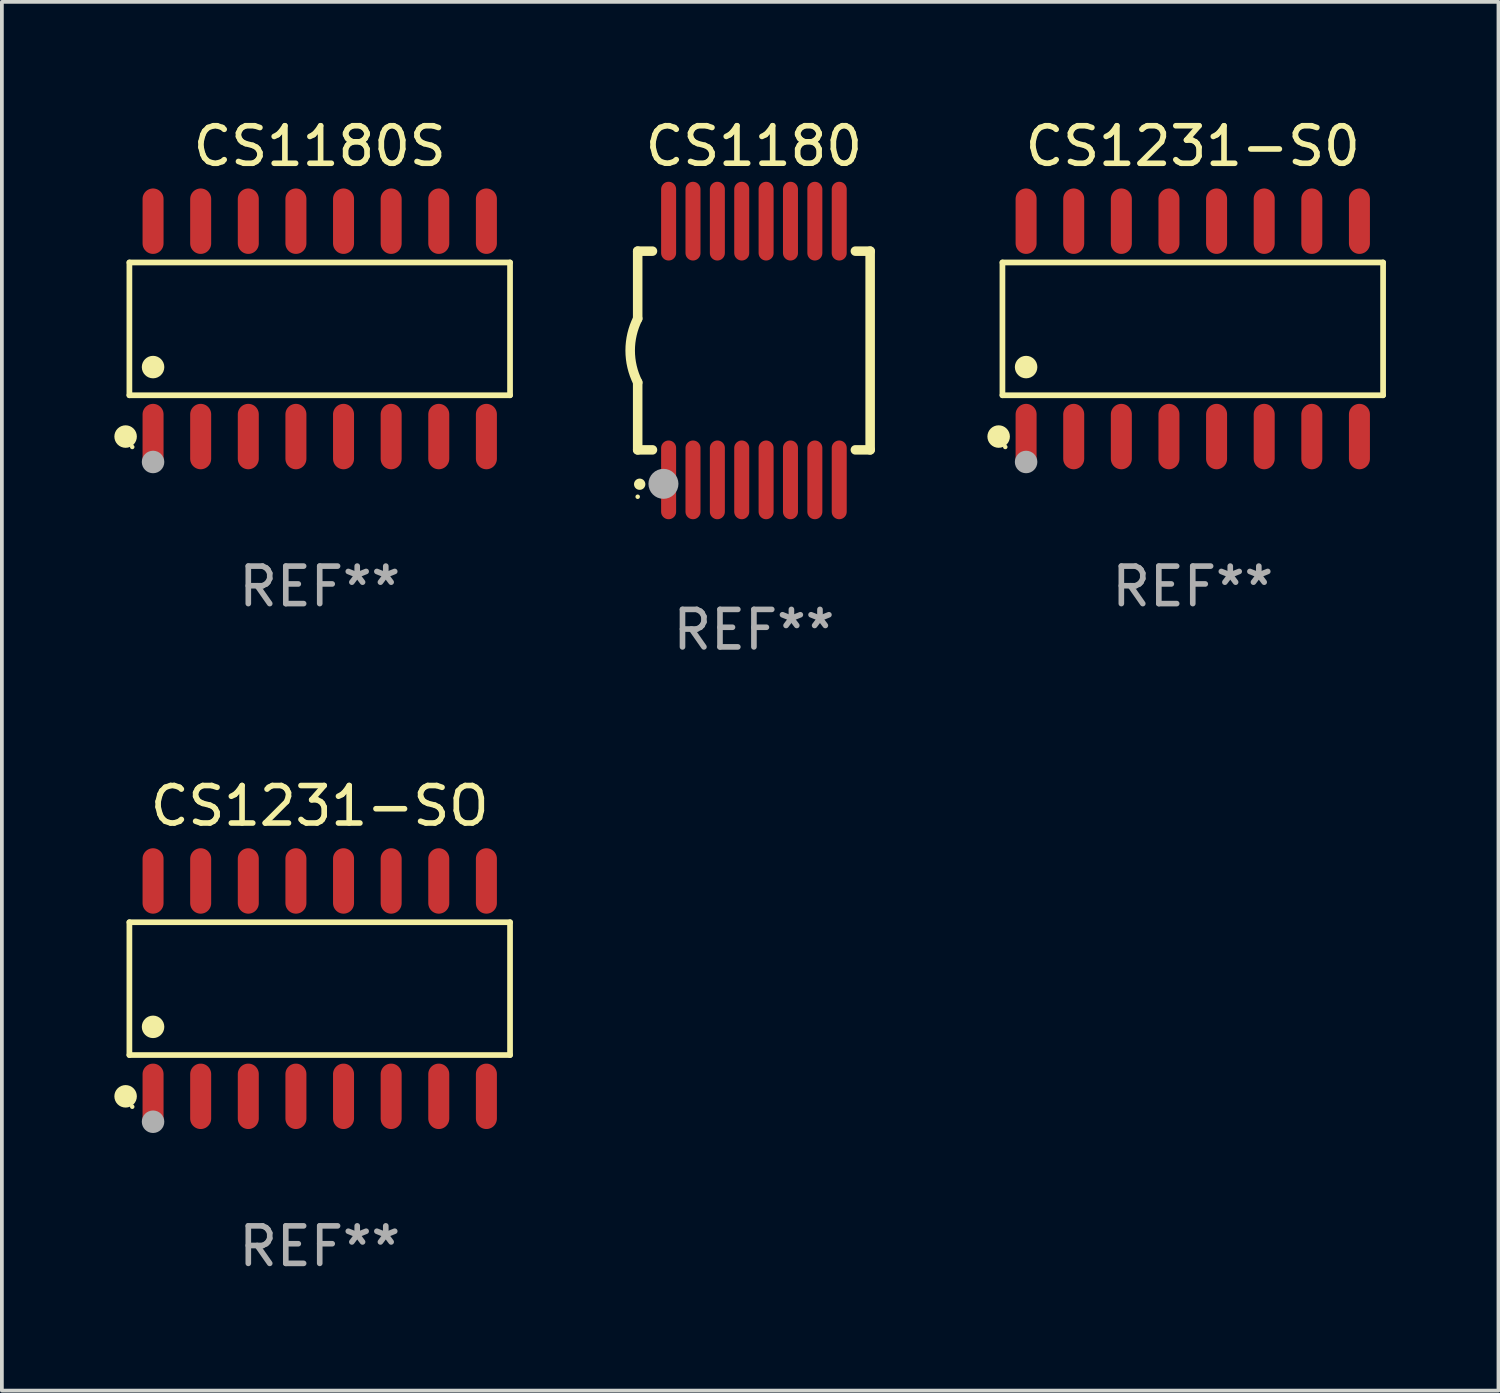
<source format=kicad_pcb>
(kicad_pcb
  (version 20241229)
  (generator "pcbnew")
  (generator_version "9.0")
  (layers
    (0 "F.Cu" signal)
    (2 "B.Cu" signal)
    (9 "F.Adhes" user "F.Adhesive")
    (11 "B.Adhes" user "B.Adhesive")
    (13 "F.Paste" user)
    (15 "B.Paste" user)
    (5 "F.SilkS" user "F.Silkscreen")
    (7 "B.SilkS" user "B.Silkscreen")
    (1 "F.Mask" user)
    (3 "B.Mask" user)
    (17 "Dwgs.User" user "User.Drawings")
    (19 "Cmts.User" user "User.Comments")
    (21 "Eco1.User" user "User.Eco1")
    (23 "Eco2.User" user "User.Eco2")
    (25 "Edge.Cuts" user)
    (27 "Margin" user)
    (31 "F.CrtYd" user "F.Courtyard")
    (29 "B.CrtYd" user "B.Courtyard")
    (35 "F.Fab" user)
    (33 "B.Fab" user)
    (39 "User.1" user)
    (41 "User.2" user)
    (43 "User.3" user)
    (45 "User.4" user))
  (footprint "CS1231-S0"
    (layer "F.Cu")
    (at 28.761 5.721)
    (property "Reference" "CS1231-S0" (at 0 -4.872 0) (layer "F.SilkS") (effects (font (size 1 1) (thickness 0.15))))
    (attr through_hole)
    (fp_line (start -5.076 -1.771) (end 5.076 -1.771) (stroke (width 0.152) (type solid)) (layer "F.SilkS"))
    (fp_line (start -5.076 1.771) (end -5.076 -1.771) (stroke (width 0.152) (type solid)) (layer "F.SilkS"))
    (fp_line (start 5.076 -1.771) (end 5.076 1.771) (stroke (width 0.152) (type solid)) (layer "F.SilkS"))
    (fp_line (start 5.076 1.771) (end -5.076 1.771) (stroke (width 0.152) (type solid)) (layer "F.SilkS"))
    (fp_circle (center -5.177 2.872) (end -5.027 2.872) (stroke (width 0.3) (type solid)) (fill no) (layer "F.SilkS"))
    (fp_circle (center -5 3.15) (end -4.97 3.15) (stroke (width 0.06) (type solid)) (fill no) (layer "F.SilkS"))
    (fp_circle (center -4.445 1.019) (end -4.295 1.019) (stroke (width 0.3) (type solid)) (fill no) (layer "F.SilkS"))
    (fp_circle (center -4.445 3.55) (end -4.295 3.55) (stroke (width 0.3) (type solid)) (fill no) (layer "F.Fab"))
    (fp_text user "REF**" (at 0 6.872 0) (layer "F.Fab") (effects (font (size 1 1) (thickness 0.15))))
    (pad "1" smd oval (at -4.445 2.872) (size 0.56 1.745) (layers "F.Cu" "F.Mask" "F.Paste"))
    (pad "2" smd oval (at -3.175 2.872) (size 0.56 1.745) (layers "F.Cu" "F.Mask" "F.Paste"))
    (pad "3" smd oval (at -1.905 2.872) (size 0.56 1.745) (layers "F.Cu" "F.Mask" "F.Paste"))
    (pad "4" smd oval (at -0.635 2.872) (size 0.56 1.745) (layers "F.Cu" "F.Mask" "F.Paste"))
    (pad "5" smd oval (at 0.635 2.872) (size 0.56 1.745) (layers "F.Cu" "F.Mask" "F.Paste"))
    (pad "6" smd oval (at 1.905 2.872) (size 0.56 1.745) (layers "F.Cu" "F.Mask" "F.Paste"))
    (pad "7" smd oval (at 3.175 2.872) (size 0.56 1.745) (layers "F.Cu" "F.Mask" "F.Paste"))
    (pad "8" smd oval (at 4.445 2.872) (size 0.56 1.745) (layers "F.Cu" "F.Mask" "F.Paste"))
    (pad "9" smd oval (at 4.445 -2.872) (size 0.56 1.745) (layers "F.Cu" "F.Mask" "F.Paste"))
    (pad "10" smd oval (at 3.175 -2.872) (size 0.56 1.745) (layers "F.Cu" "F.Mask" "F.Paste"))
    (pad "11" smd oval (at 1.905 -2.872) (size 0.56 1.745) (layers "F.Cu" "F.Mask" "F.Paste"))
    (pad "12" smd oval (at 0.635 -2.872) (size 0.56 1.745) (layers "F.Cu" "F.Mask" "F.Paste"))
    (pad "13" smd oval (at -0.635 -2.872) (size 0.56 1.745) (layers "F.Cu" "F.Mask" "F.Paste"))
    (pad "14" smd oval (at -1.905 -2.872) (size 0.56 1.745) (layers "F.Cu" "F.Mask" "F.Paste"))
    (pad "15" smd oval (at -3.175 -2.872) (size 0.56 1.745) (layers "F.Cu" "F.Mask" "F.Paste"))
    (pad "16" smd oval (at -4.445 -2.872) (size 0.56 1.745) (layers "F.Cu" "F.Mask" "F.Paste")))
  (footprint "CS1231-SO"
    (layer "F.Cu")
    (at 5.477 23.317)
    (property "Reference" "CS1231-SO" (at 0 -4.872 0) (layer "F.SilkS") (effects (font (size 1 1) (thickness 0.15))))
    (attr through_hole)
    (fp_line (start -5.076 -1.771) (end 5.076 -1.771) (stroke (width 0.152) (type solid)) (layer "F.SilkS"))
    (fp_line (start -5.076 1.771) (end -5.076 -1.771) (stroke (width 0.152) (type solid)) (layer "F.SilkS"))
    (fp_line (start 5.076 -1.771) (end 5.076 1.771) (stroke (width 0.152) (type solid)) (layer "F.SilkS"))
    (fp_line (start 5.076 1.771) (end -5.076 1.771) (stroke (width 0.152) (type solid)) (layer "F.SilkS"))
    (fp_circle (center -5.177 2.872) (end -5.027 2.872) (stroke (width 0.3) (type solid)) (fill no) (layer "F.SilkS"))
    (fp_circle (center -5 3.15) (end -4.97 3.15) (stroke (width 0.06) (type solid)) (fill no) (layer "F.SilkS"))
    (fp_circle (center -4.445 1.019) (end -4.295 1.019) (stroke (width 0.3) (type solid)) (fill no) (layer "F.SilkS"))
    (fp_circle (center -4.445 3.55) (end -4.295 3.55) (stroke (width 0.3) (type solid)) (fill no) (layer "F.Fab"))
    (fp_text user "REF**" (at 0 6.872 0) (layer "F.Fab") (effects (font (size 1 1) (thickness 0.15))))
    (pad "1" smd oval (at -4.445 2.872) (size 0.56 1.745) (layers "F.Cu" "F.Mask" "F.Paste"))
    (pad "2" smd oval (at -3.175 2.872) (size 0.56 1.745) (layers "F.Cu" "F.Mask" "F.Paste"))
    (pad "3" smd oval (at -1.905 2.872) (size 0.56 1.745) (layers "F.Cu" "F.Mask" "F.Paste"))
    (pad "4" smd oval (at -0.635 2.872) (size 0.56 1.745) (layers "F.Cu" "F.Mask" "F.Paste"))
    (pad "5" smd oval (at 0.635 2.872) (size 0.56 1.745) (layers "F.Cu" "F.Mask" "F.Paste"))
    (pad "6" smd oval (at 1.905 2.872) (size 0.56 1.745) (layers "F.Cu" "F.Mask" "F.Paste"))
    (pad "7" smd oval (at 3.175 2.872) (size 0.56 1.745) (layers "F.Cu" "F.Mask" "F.Paste"))
    (pad "8" smd oval (at 4.445 2.872) (size 0.56 1.745) (layers "F.Cu" "F.Mask" "F.Paste"))
    (pad "9" smd oval (at 4.445 -2.872) (size 0.56 1.745) (layers "F.Cu" "F.Mask" "F.Paste"))
    (pad "10" smd oval (at 3.175 -2.872) (size 0.56 1.745) (layers "F.Cu" "F.Mask" "F.Paste"))
    (pad "11" smd oval (at 1.905 -2.872) (size 0.56 1.745) (layers "F.Cu" "F.Mask" "F.Paste"))
    (pad "12" smd oval (at 0.635 -2.872) (size 0.56 1.745) (layers "F.Cu" "F.Mask" "F.Paste"))
    (pad "13" smd oval (at -0.635 -2.872) (size 0.56 1.745) (layers "F.Cu" "F.Mask" "F.Paste"))
    (pad "14" smd oval (at -1.905 -2.872) (size 0.56 1.745) (layers "F.Cu" "F.Mask" "F.Paste"))
    (pad "15" smd oval (at -3.175 -2.872) (size 0.56 1.745) (layers "F.Cu" "F.Mask" "F.Paste"))
    (pad "16" smd oval (at -4.445 -2.872) (size 0.56 1.745) (layers "F.Cu" "F.Mask" "F.Paste")))
  (footprint "CS1180S"
    (layer "F.Cu")
    (at 5.477 5.721)
    (property "Reference" "CS1180S" (at 0 -4.872 0) (layer "F.SilkS") (effects (font (size 1 1) (thickness 0.15))))
    (attr through_hole)
    (fp_line (start -5.076 -1.771) (end 5.076 -1.771) (stroke (width 0.152) (type solid)) (layer "F.SilkS"))
    (fp_line (start -5.076 1.771) (end -5.076 -1.771) (stroke (width 0.152) (type solid)) (layer "F.SilkS"))
    (fp_line (start 5.076 -1.771) (end 5.076 1.771) (stroke (width 0.152) (type solid)) (layer "F.SilkS"))
    (fp_line (start 5.076 1.771) (end -5.076 1.771) (stroke (width 0.152) (type solid)) (layer "F.SilkS"))
    (fp_circle (center -5.177 2.872) (end -5.027 2.872) (stroke (width 0.3) (type solid)) (fill no) (layer "F.SilkS"))
    (fp_circle (center -5 3.15) (end -4.97 3.15) (stroke (width 0.06) (type solid)) (fill no) (layer "F.SilkS"))
    (fp_circle (center -4.445 1.019) (end -4.295 1.019) (stroke (width 0.3) (type solid)) (fill no) (layer "F.SilkS"))
    (fp_circle (center -4.445 3.55) (end -4.295 3.55) (stroke (width 0.3) (type solid)) (fill no) (layer "F.Fab"))
    (fp_text user "REF**" (at 0 6.872 0) (layer "F.Fab") (effects (font (size 1 1) (thickness 0.15))))
    (pad "1" smd oval (at -4.445 2.872) (size 0.56 1.745) (layers "F.Cu" "F.Mask" "F.Paste"))
    (pad "2" smd oval (at -3.175 2.872) (size 0.56 1.745) (layers "F.Cu" "F.Mask" "F.Paste"))
    (pad "3" smd oval (at -1.905 2.872) (size 0.56 1.745) (layers "F.Cu" "F.Mask" "F.Paste"))
    (pad "4" smd oval (at -0.635 2.872) (size 0.56 1.745) (layers "F.Cu" "F.Mask" "F.Paste"))
    (pad "5" smd oval (at 0.635 2.872) (size 0.56 1.745) (layers "F.Cu" "F.Mask" "F.Paste"))
    (pad "6" smd oval (at 1.905 2.872) (size 0.56 1.745) (layers "F.Cu" "F.Mask" "F.Paste"))
    (pad "7" smd oval (at 3.175 2.872) (size 0.56 1.745) (layers "F.Cu" "F.Mask" "F.Paste"))
    (pad "8" smd oval (at 4.445 2.872) (size 0.56 1.745) (layers "F.Cu" "F.Mask" "F.Paste"))
    (pad "9" smd oval (at 4.445 -2.872) (size 0.56 1.745) (layers "F.Cu" "F.Mask" "F.Paste"))
    (pad "10" smd oval (at 3.175 -2.872) (size 0.56 1.745) (layers "F.Cu" "F.Mask" "F.Paste"))
    (pad "11" smd oval (at 1.905 -2.872) (size 0.56 1.745) (layers "F.Cu" "F.Mask" "F.Paste"))
    (pad "12" smd oval (at 0.635 -2.872) (size 0.56 1.745) (layers "F.Cu" "F.Mask" "F.Paste"))
    (pad "13" smd oval (at -0.635 -2.872) (size 0.56 1.745) (layers "F.Cu" "F.Mask" "F.Paste"))
    (pad "14" smd oval (at -1.905 -2.872) (size 0.56 1.745) (layers "F.Cu" "F.Mask" "F.Paste"))
    (pad "15" smd oval (at -3.175 -2.872) (size 0.56 1.745) (layers "F.Cu" "F.Mask" "F.Paste"))
    (pad "16" smd oval (at -4.445 -2.872) (size 0.56 1.745) (layers "F.Cu" "F.Mask" "F.Paste")))
  (footprint "CS1180"
    (layer "F.Cu")
    (at 17.057 6.298)
    (property "Reference" "CS1180" (at 0 -5.45 0) (layer "F.SilkS") (effects (font (size 1 1) (thickness 0.15))))
    (attr through_hole)
    (fp_line (start -3.1 -2.65) (end -3.1 -0.85) (stroke (width 0.254) (type solid)) (layer "F.SilkS"))
    (fp_line (start -3.1 -2.65) (end -2.706 -2.65) (stroke (width 0.254) (type solid)) (layer "F.SilkS"))
    (fp_line (start -3.1 2.65) (end -3.1 0.85) (stroke (width 0.254) (type solid)) (layer "F.SilkS"))
    (fp_line (start -3.1 2.65) (end -2.706 2.65) (stroke (width 0.254) (type solid)) (layer "F.SilkS"))
    (fp_line (start 2.706 -2.65) (end 3.1 -2.65) (stroke (width 0.254) (type solid)) (layer "F.SilkS"))
    (fp_line (start 2.706 2.65) (end 3.1 2.65) (stroke (width 0.254) (type solid)) (layer "F.SilkS"))
    (fp_line (start 3.1 -2.65) (end 3.1 2.65) (stroke (width 0.254) (type solid)) (layer "F.SilkS"))
    (fp_arc (start -3.098907 0.850902) (mid -3.300057 0.000523) (end -3.1 -0.850114) (stroke (width 0.254001) (type solid)) (layer "F.SilkS"))
    (fp_arc (start -3.048006 3.566066) (mid -3.046736 3.566061) (end -3.045466 3.566066) (stroke (width 0.3) (type solid)) (layer "F.SilkS"))
    (fp_circle (center -3.1 3.9) (end -3.07 3.9) (stroke (width 0.06) (type solid)) (fill no) (layer "F.SilkS"))
    (fp_circle (center -2.413 3.556) (end -2.213 3.556) (stroke (width 0.4) (type solid)) (fill no) (layer "F.Fab"))
    (fp_text user "REF**" (at 0 7.45 0) (layer "F.Fab") (effects (font (size 1 1) (thickness 0.15))))
    (pad "1" smd oval (at -2.275 3.45 180) (size 0.4 2.1) (layers "F.Cu" "F.Mask" "F.Paste"))
    (pad "2" smd oval (at -1.625 3.45 180) (size 0.4 2.1) (layers "F.Cu" "F.Mask" "F.Paste"))
    (pad "3" smd oval (at -0.975 3.45 180) (size 0.4 2.1) (layers "F.Cu" "F.Mask" "F.Paste"))
    (pad "4" smd oval (at -0.325 3.45 180) (size 0.4 2.1) (layers "F.Cu" "F.Mask" "F.Paste"))
    (pad "5" smd oval (at 0.325 3.45 180) (size 0.4 2.1) (layers "F.Cu" "F.Mask" "F.Paste"))
    (pad "6" smd oval (at 0.975 3.45 180) (size 0.4 2.1) (layers "F.Cu" "F.Mask" "F.Paste"))
    (pad "7" smd oval (at 1.625 3.45 180) (size 0.4 2.1) (layers "F.Cu" "F.Mask" "F.Paste"))
    (pad "8" smd oval (at 2.275 3.45 180) (size 0.4 2.1) (layers "F.Cu" "F.Mask" "F.Paste"))
    (pad "9" smd oval (at 2.275 -3.45 180) (size 0.4 2.1) (layers "F.Cu" "F.Mask" "F.Paste"))
    (pad "10" smd oval (at 1.625 -3.45 180) (size 0.4 2.1) (layers "F.Cu" "F.Mask" "F.Paste"))
    (pad "11" smd oval (at 0.975 -3.45 180) (size 0.4 2.1) (layers "F.Cu" "F.Mask" "F.Paste"))
    (pad "12" smd oval (at 0.325 -3.45 180) (size 0.4 2.1) (layers "F.Cu" "F.Mask" "F.Paste"))
    (pad "13" smd oval (at -0.325 -3.45 180) (size 0.4 2.1) (layers "F.Cu" "F.Mask" "F.Paste"))
    (pad "14" smd oval (at -0.975 -3.45 180) (size 0.4 2.1) (layers "F.Cu" "F.Mask" "F.Paste"))
    (pad "15" smd oval (at -1.625 -3.45 180) (size 0.4 2.1) (layers "F.Cu" "F.Mask" "F.Paste"))
    (pad "16" smd oval (at -2.275 -3.45 180) (size 0.4 2.1) (layers "F.Cu" "F.Mask" "F.Paste")))
  (gr_rect
    (start -3 -3)
    (end 36.914 34.038)
    (stroke (width 0.1) (type default))
    (fill no)
    (layer "Edge.Cuts")))
</source>
